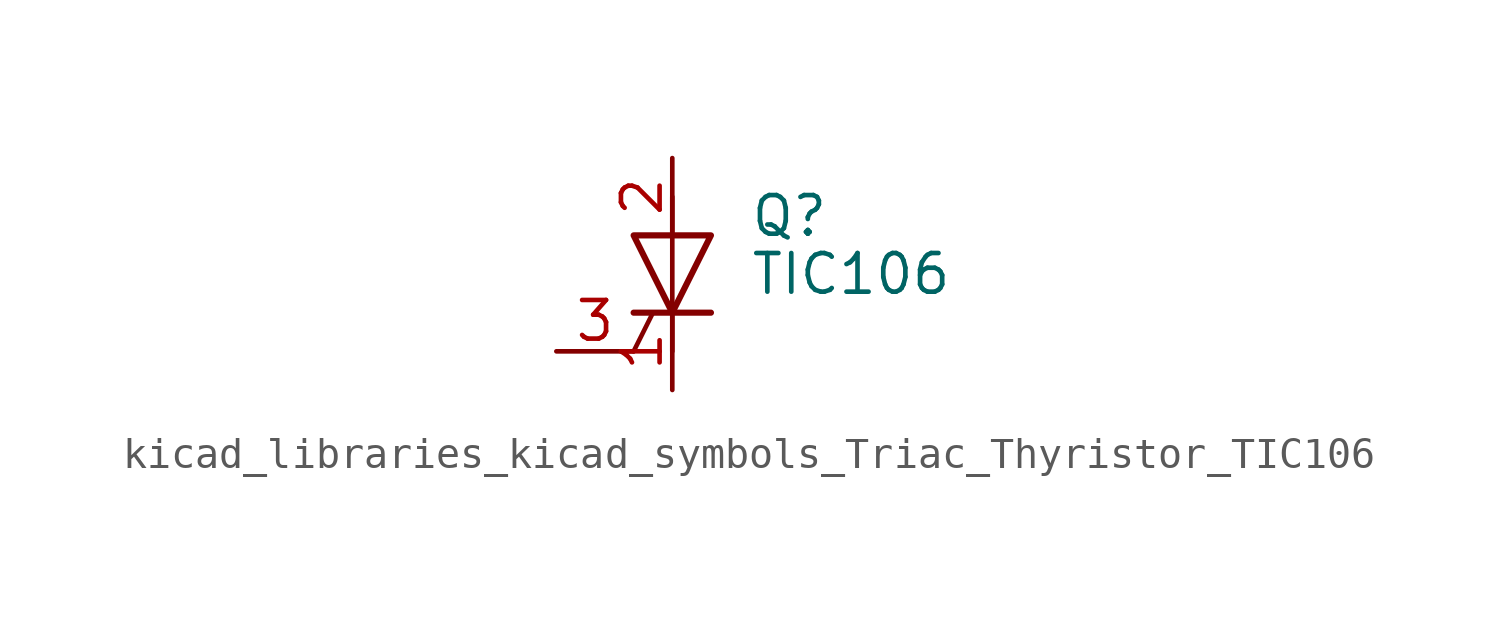
<source format=kicad_sym>
(kicad_symbol_lib
  (version 20220914)
  (generator kicad_symbol_editor)
  (symbol "kicad_libraries_kicad_symbols_Triac_Thyristor_TIC106"
    (pin_names
      (offset 0) hide)
    (property "Reference" "Q"
      (at 2.54 1.905 0)
      (effects (font (size 1.27 1.27)) (justify left)))
    (property "Value" "TIC106"
      (at 2.54 0 0)
      (effects (font (size 1.27 1.27)) (justify left)))
    (symbol "kicad_libraries_kicad_symbols_Triac_Thyristor_TIC106_0_1"
      (polyline (pts (xy -1.27 -2.54) (xy -0.635 -1.27)) (stroke (width 0) (type default)) (fill (type none)))
      (polyline (pts (xy -1.27 -1.27) (xy 1.27 -1.27)) (stroke (width 0.203) (type default)) (fill (type none)))
      (polyline (pts (xy 0 -2.54) (xy 0 2.54)) (stroke (width 0) (type default)) (fill (type none)))
      (polyline (pts (xy -1.27 1.27) (xy 1.27 1.27) (xy 0 -1.27) (xy -1.27 1.27)) (stroke (width 0.203) (type default)) (fill (type none))))
    (symbol "kicad_libraries_kicad_symbols_Triac_Thyristor_TIC106_1_1"
      (pin passive line (at 0 -3.81 90) (length 2.54) (name "K" (effects (font (size 1.27 1.27)))) (number "1" (effects (font (size 1.27 1.27)))))
      (pin passive line (at 0 3.81 270) (length 2.54) (name "A" (effects (font (size 1.27 1.27)))) (number "2" (effects (font (size 1.27 1.27)))))
      (pin input line (at -3.81 -2.54 0) (length 2.54) (name "G" (effects (font (size 1.27 1.27)))) (number "3" (effects (font (size 1.27 1.27))))))))
</source>
